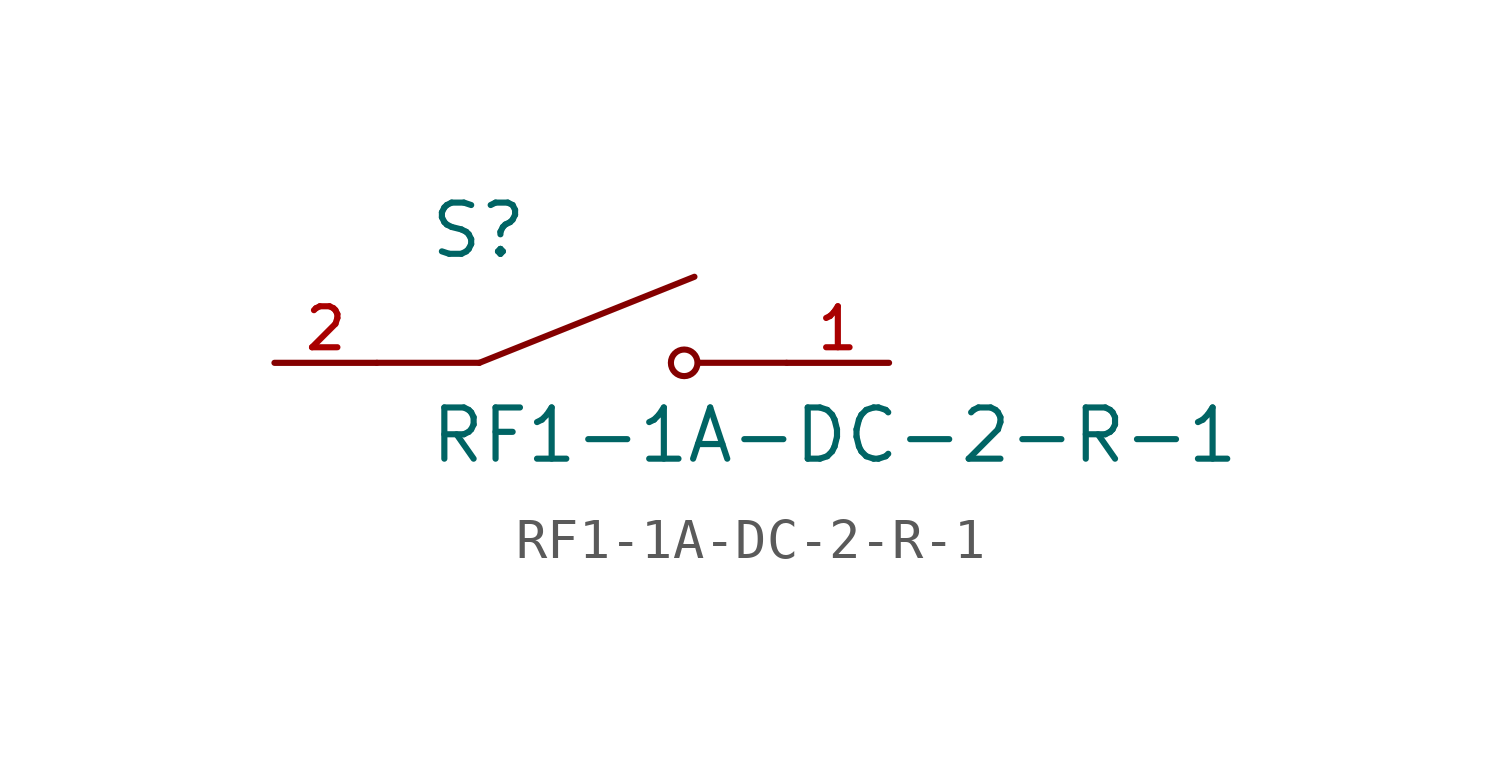
<source format=kicad_sym>
(kicad_symbol_lib
  (version 20211014)
  (generator kicad_symbol_editor)
  (symbol "RF1-1A-DC-2-R-1"
    (pin_names
      (offset 1.016))
    (property "Reference" "S"
      (at -3.81 2.54 0)
      (effects (font (size 1.27 1.27)) (justify bottom left)))
    (property "Value" "RF1-1A-DC-2-R-1"
      (at -3.81 -2.54 0)
      (effects (font (size 1.27 1.27)) (justify bottom left)))
    (symbol "RF1-1A-DC-2-R-1_0_0"
      (polyline (pts (xy -2.54 0.0) (xy 2.794 2.134)) (stroke (width 0.152)))
      (circle (center 2.54 0.0) (radius 0.33) (stroke (width 0.152)) (fill (type none)))
      (polyline (pts (xy 5.08 0.0) (xy 2.921 0.0)) (stroke (width 0.152)))
      (polyline (pts (xy -2.54 0.0) (xy -5.08 0.0)) (stroke (width 0.152)))
      (pin passive line (at -7.62 0.0 0) (length 2.54) (name "~" (effects (font (size 1.016 1.016)))) (number "2" (effects (font (size 1.016 1.016)))))
      (pin passive line (at 7.62 0.0 180.0) (length 2.54) (name "~" (effects (font (size 1.016 1.016)))) (number "1" (effects (font (size 1.016 1.016))))))))
</source>
